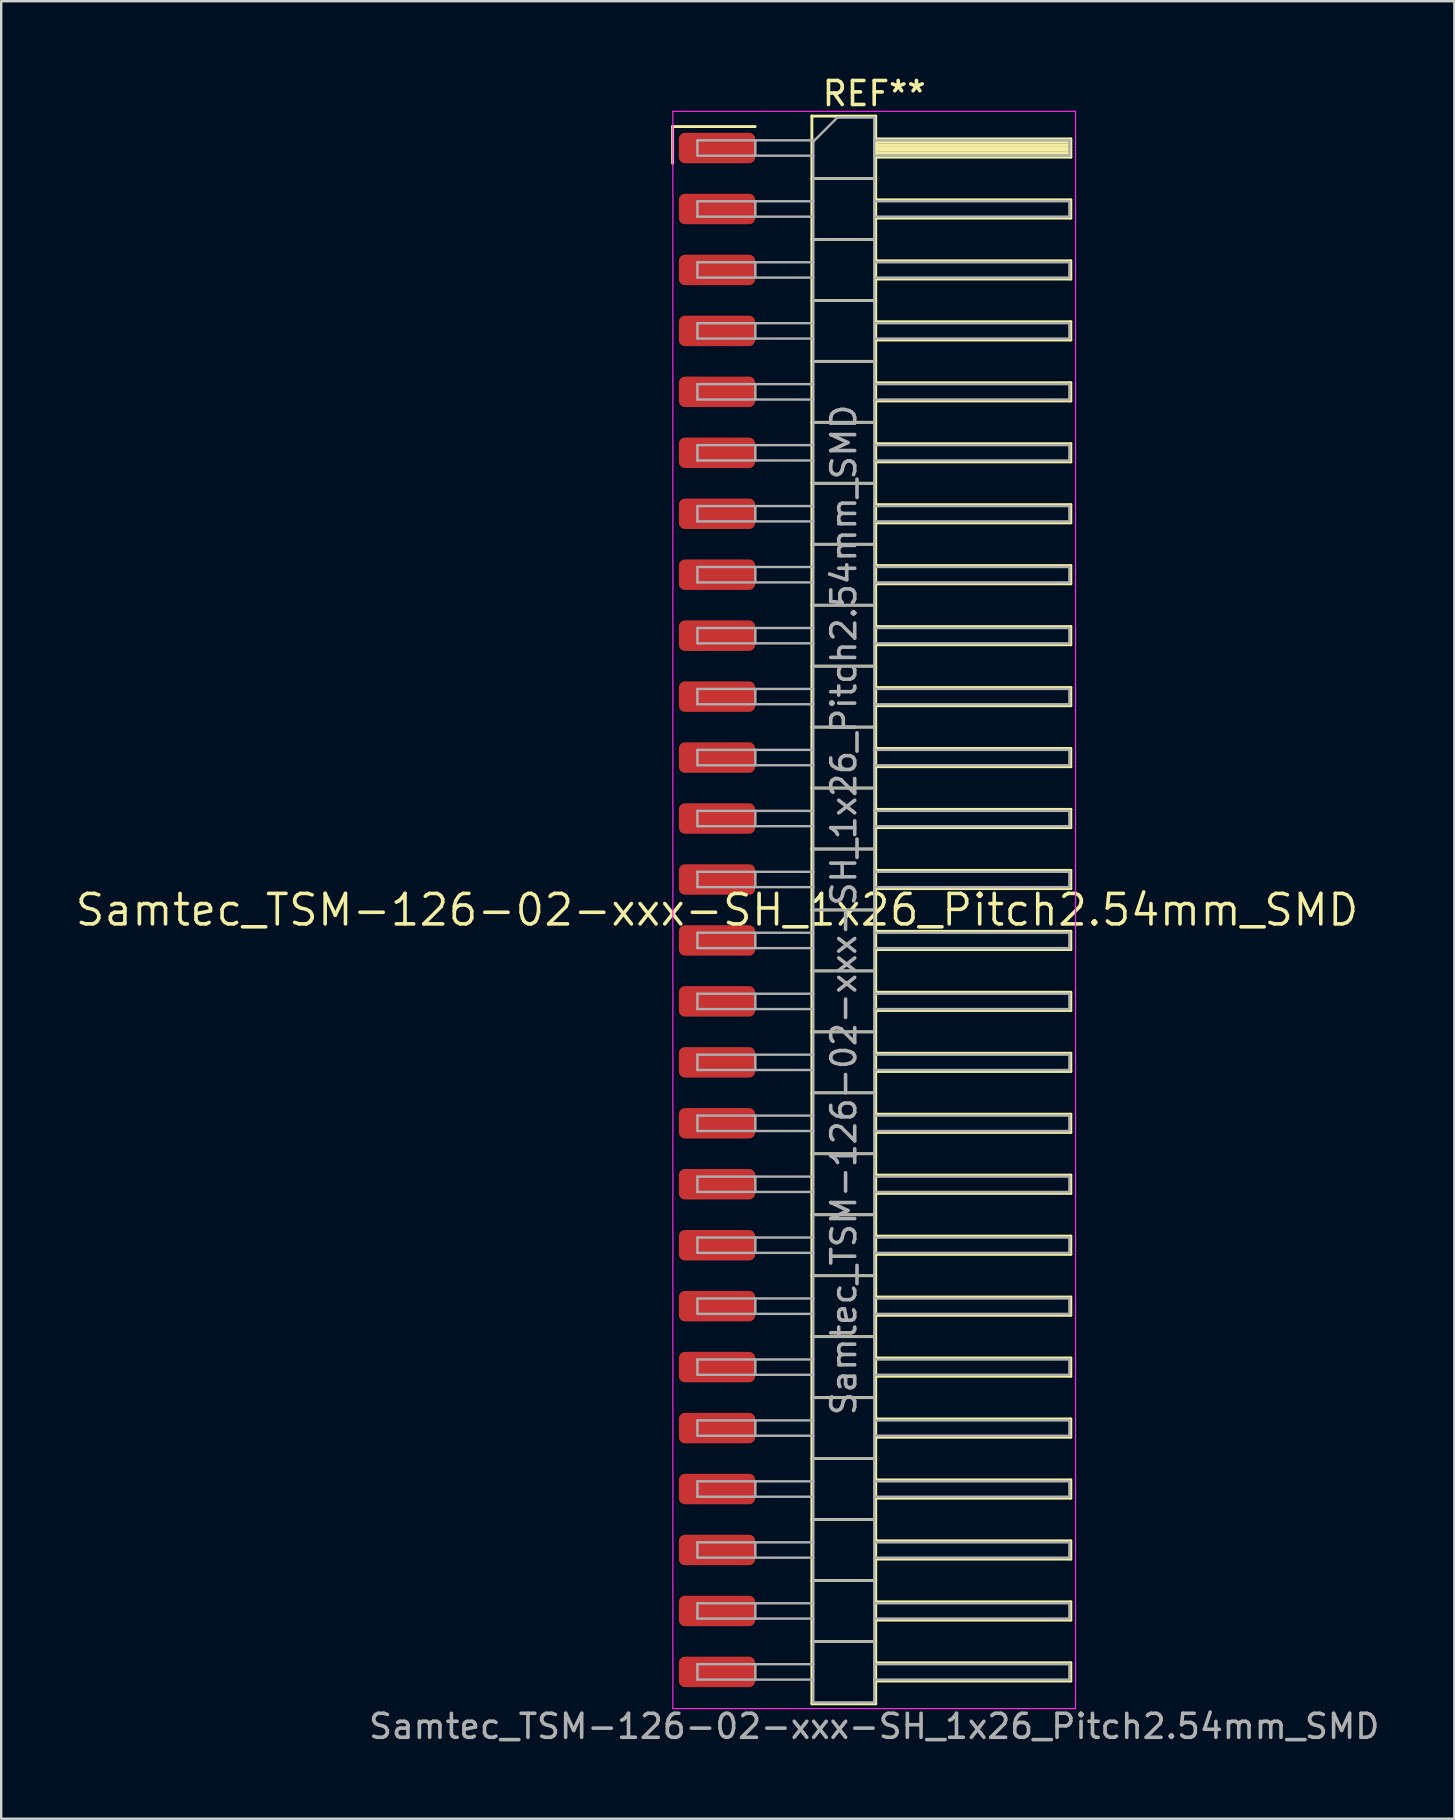
<source format=kicad_pcb>
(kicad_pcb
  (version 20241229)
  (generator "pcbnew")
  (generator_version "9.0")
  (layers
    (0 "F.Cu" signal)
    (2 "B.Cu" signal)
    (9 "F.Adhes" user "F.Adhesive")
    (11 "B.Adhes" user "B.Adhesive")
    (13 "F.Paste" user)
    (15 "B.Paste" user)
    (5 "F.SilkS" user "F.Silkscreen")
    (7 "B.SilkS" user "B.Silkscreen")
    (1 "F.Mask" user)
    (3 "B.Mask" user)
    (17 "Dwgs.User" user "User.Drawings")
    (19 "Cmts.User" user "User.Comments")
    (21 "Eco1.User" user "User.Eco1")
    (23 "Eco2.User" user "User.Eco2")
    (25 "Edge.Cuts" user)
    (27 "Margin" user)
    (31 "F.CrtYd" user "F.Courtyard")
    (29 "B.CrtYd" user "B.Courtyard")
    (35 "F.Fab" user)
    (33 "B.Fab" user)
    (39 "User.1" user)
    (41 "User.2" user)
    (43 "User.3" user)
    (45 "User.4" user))
  (footprint "Samtec_TSM-126-02-xxx-SH_1x26_Pitch2.54mm_SMD"
    (layer "F.Cu")
    (at 26.828 34.868)
    (property "Reference" "Samtec_TSM-126-02-xxx-SH_1x26_Pitch2.54mm_SMD" (at 0 0 0) (layer "F.SilkS") (effects (font (size 1.27 1.27) (thickness 0.15))))
    (attr smd)
    (fp_line (start -1.85 -32.645) (end 1.59 -32.645) (stroke (width 0.12) (type solid)) (layer "F.SilkS"))
    (fp_line (start -1.85 -31.115) (end -1.85 -32.645) (stroke (width 0.12) (type solid)) (layer "F.SilkS"))
    (fp_line (start 3.953 -33.08) (end 6.613 -33.08) (stroke (width 0.12) (type solid)) (layer "F.SilkS"))
    (fp_line (start 3.953 -30.48) (end 6.613 -30.48) (stroke (width 0.12) (type solid)) (layer "F.SilkS"))
    (fp_line (start 3.953 -27.94) (end 6.613 -27.94) (stroke (width 0.12) (type solid)) (layer "F.SilkS"))
    (fp_line (start 3.953 -25.4) (end 6.613 -25.4) (stroke (width 0.12) (type solid)) (layer "F.SilkS"))
    (fp_line (start 3.953 -22.86) (end 6.613 -22.86) (stroke (width 0.12) (type solid)) (layer "F.SilkS"))
    (fp_line (start 3.953 -20.32) (end 6.613 -20.32) (stroke (width 0.12) (type solid)) (layer "F.SilkS"))
    (fp_line (start 3.953 -17.78) (end 6.613 -17.78) (stroke (width 0.12) (type solid)) (layer "F.SilkS"))
    (fp_line (start 3.953 -15.24) (end 6.613 -15.24) (stroke (width 0.12) (type solid)) (layer "F.SilkS"))
    (fp_line (start 3.953 -12.7) (end 6.613 -12.7) (stroke (width 0.12) (type solid)) (layer "F.SilkS"))
    (fp_line (start 3.953 -10.16) (end 6.613 -10.16) (stroke (width 0.12) (type solid)) (layer "F.SilkS"))
    (fp_line (start 3.953 -7.62) (end 6.613 -7.62) (stroke (width 0.12) (type solid)) (layer "F.SilkS"))
    (fp_line (start 3.953 -5.08) (end 6.613 -5.08) (stroke (width 0.12) (type solid)) (layer "F.SilkS"))
    (fp_line (start 3.953 -2.54) (end 6.613 -2.54) (stroke (width 0.12) (type solid)) (layer "F.SilkS"))
    (fp_line (start 3.953 0) (end 6.613 0) (stroke (width 0.12) (type solid)) (layer "F.SilkS"))
    (fp_line (start 3.953 2.54) (end 6.613 2.54) (stroke (width 0.12) (type solid)) (layer "F.SilkS"))
    (fp_line (start 3.953 5.08) (end 6.613 5.08) (stroke (width 0.12) (type solid)) (layer "F.SilkS"))
    (fp_line (start 3.953 7.62) (end 6.613 7.62) (stroke (width 0.12) (type solid)) (layer "F.SilkS"))
    (fp_line (start 3.953 10.16) (end 6.613 10.16) (stroke (width 0.12) (type solid)) (layer "F.SilkS"))
    (fp_line (start 3.953 12.7) (end 6.613 12.7) (stroke (width 0.12) (type solid)) (layer "F.SilkS"))
    (fp_line (start 3.953 15.24) (end 6.613 15.24) (stroke (width 0.12) (type solid)) (layer "F.SilkS"))
    (fp_line (start 3.953 17.78) (end 6.613 17.78) (stroke (width 0.12) (type solid)) (layer "F.SilkS"))
    (fp_line (start 3.953 20.32) (end 6.613 20.32) (stroke (width 0.12) (type solid)) (layer "F.SilkS"))
    (fp_line (start 3.953 22.86) (end 6.613 22.86) (stroke (width 0.12) (type solid)) (layer "F.SilkS"))
    (fp_line (start 3.953 25.4) (end 6.613 25.4) (stroke (width 0.12) (type solid)) (layer "F.SilkS"))
    (fp_line (start 3.953 27.94) (end 6.613 27.94) (stroke (width 0.12) (type solid)) (layer "F.SilkS"))
    (fp_line (start 3.953 30.48) (end 6.613 30.48) (stroke (width 0.12) (type solid)) (layer "F.SilkS"))
    (fp_line (start 3.953 33.08) (end 3.953 -33.08) (stroke (width 0.12) (type solid)) (layer "F.SilkS"))
    (fp_line (start 6.613 -33.08) (end 6.613 33.08) (stroke (width 0.12) (type solid)) (layer "F.SilkS"))
    (fp_line (start 6.613 -32.13) (end 14.743 -32.13) (stroke (width 0.12) (type solid)) (layer "F.SilkS"))
    (fp_line (start 6.613 -32.01) (end 14.743 -32.01) (stroke (width 0.12) (type solid)) (layer "F.SilkS"))
    (fp_line (start 6.613 -31.89) (end 14.743 -31.89) (stroke (width 0.12) (type solid)) (layer "F.SilkS"))
    (fp_line (start 6.613 -31.77) (end 14.743 -31.77) (stroke (width 0.12) (type solid)) (layer "F.SilkS"))
    (fp_line (start 6.613 -31.65) (end 14.743 -31.65) (stroke (width 0.12) (type solid)) (layer "F.SilkS"))
    (fp_line (start 6.613 -31.53) (end 14.743 -31.53) (stroke (width 0.12) (type solid)) (layer "F.SilkS"))
    (fp_line (start 6.613 -31.41) (end 14.743 -31.41) (stroke (width 0.12) (type solid)) (layer "F.SilkS"))
    (fp_line (start 6.613 -31.37) (end 14.743 -31.37) (stroke (width 0.12) (type solid)) (layer "F.SilkS"))
    (fp_line (start 6.613 -29.59) (end 14.743 -29.59) (stroke (width 0.12) (type solid)) (layer "F.SilkS"))
    (fp_line (start 6.613 -28.83) (end 14.743 -28.83) (stroke (width 0.12) (type solid)) (layer "F.SilkS"))
    (fp_line (start 6.613 -27.05) (end 14.743 -27.05) (stroke (width 0.12) (type solid)) (layer "F.SilkS"))
    (fp_line (start 6.613 -26.29) (end 14.743 -26.29) (stroke (width 0.12) (type solid)) (layer "F.SilkS"))
    (fp_line (start 6.613 -24.51) (end 14.743 -24.51) (stroke (width 0.12) (type solid)) (layer "F.SilkS"))
    (fp_line (start 6.613 -23.75) (end 14.743 -23.75) (stroke (width 0.12) (type solid)) (layer "F.SilkS"))
    (fp_line (start 6.613 -21.97) (end 14.743 -21.97) (stroke (width 0.12) (type solid)) (layer "F.SilkS"))
    (fp_line (start 6.613 -21.21) (end 14.743 -21.21) (stroke (width 0.12) (type solid)) (layer "F.SilkS"))
    (fp_line (start 6.613 -19.43) (end 14.743 -19.43) (stroke (width 0.12) (type solid)) (layer "F.SilkS"))
    (fp_line (start 6.613 -18.67) (end 14.743 -18.67) (stroke (width 0.12) (type solid)) (layer "F.SilkS"))
    (fp_line (start 6.613 -16.89) (end 14.743 -16.89) (stroke (width 0.12) (type solid)) (layer "F.SilkS"))
    (fp_line (start 6.613 -16.13) (end 14.743 -16.13) (stroke (width 0.12) (type solid)) (layer "F.SilkS"))
    (fp_line (start 6.613 -14.35) (end 14.743 -14.35) (stroke (width 0.12) (type solid)) (layer "F.SilkS"))
    (fp_line (start 6.613 -13.59) (end 14.743 -13.59) (stroke (width 0.12) (type solid)) (layer "F.SilkS"))
    (fp_line (start 6.613 -11.81) (end 14.743 -11.81) (stroke (width 0.12) (type solid)) (layer "F.SilkS"))
    (fp_line (start 6.613 -11.05) (end 14.743 -11.05) (stroke (width 0.12) (type solid)) (layer "F.SilkS"))
    (fp_line (start 6.613 -9.27) (end 14.743 -9.27) (stroke (width 0.12) (type solid)) (layer "F.SilkS"))
    (fp_line (start 6.613 -8.51) (end 14.743 -8.51) (stroke (width 0.12) (type solid)) (layer "F.SilkS"))
    (fp_line (start 6.613 -6.73) (end 14.743 -6.73) (stroke (width 0.12) (type solid)) (layer "F.SilkS"))
    (fp_line (start 6.613 -5.97) (end 14.743 -5.97) (stroke (width 0.12) (type solid)) (layer "F.SilkS"))
    (fp_line (start 6.613 -4.19) (end 14.743 -4.19) (stroke (width 0.12) (type solid)) (layer "F.SilkS"))
    (fp_line (start 6.613 -3.43) (end 14.743 -3.43) (stroke (width 0.12) (type solid)) (layer "F.SilkS"))
    (fp_line (start 6.613 -1.65) (end 14.743 -1.65) (stroke (width 0.12) (type solid)) (layer "F.SilkS"))
    (fp_line (start 6.613 -0.89) (end 14.743 -0.89) (stroke (width 0.12) (type solid)) (layer "F.SilkS"))
    (fp_line (start 6.613 0.89) (end 14.743 0.89) (stroke (width 0.12) (type solid)) (layer "F.SilkS"))
    (fp_line (start 6.613 1.65) (end 14.743 1.65) (stroke (width 0.12) (type solid)) (layer "F.SilkS"))
    (fp_line (start 6.613 3.43) (end 14.743 3.43) (stroke (width 0.12) (type solid)) (layer "F.SilkS"))
    (fp_line (start 6.613 4.19) (end 14.743 4.19) (stroke (width 0.12) (type solid)) (layer "F.SilkS"))
    (fp_line (start 6.613 5.97) (end 14.743 5.97) (stroke (width 0.12) (type solid)) (layer "F.SilkS"))
    (fp_line (start 6.613 6.73) (end 14.743 6.73) (stroke (width 0.12) (type solid)) (layer "F.SilkS"))
    (fp_line (start 6.613 8.51) (end 14.743 8.51) (stroke (width 0.12) (type solid)) (layer "F.SilkS"))
    (fp_line (start 6.613 9.27) (end 14.743 9.27) (stroke (width 0.12) (type solid)) (layer "F.SilkS"))
    (fp_line (start 6.613 11.05) (end 14.743 11.05) (stroke (width 0.12) (type solid)) (layer "F.SilkS"))
    (fp_line (start 6.613 11.81) (end 14.743 11.81) (stroke (width 0.12) (type solid)) (layer "F.SilkS"))
    (fp_line (start 6.613 13.59) (end 14.743 13.59) (stroke (width 0.12) (type solid)) (layer "F.SilkS"))
    (fp_line (start 6.613 14.35) (end 14.743 14.35) (stroke (width 0.12) (type solid)) (layer "F.SilkS"))
    (fp_line (start 6.613 16.13) (end 14.743 16.13) (stroke (width 0.12) (type solid)) (layer "F.SilkS"))
    (fp_line (start 6.613 16.89) (end 14.743 16.89) (stroke (width 0.12) (type solid)) (layer "F.SilkS"))
    (fp_line (start 6.613 18.67) (end 14.743 18.67) (stroke (width 0.12) (type solid)) (layer "F.SilkS"))
    (fp_line (start 6.613 19.43) (end 14.743 19.43) (stroke (width 0.12) (type solid)) (layer "F.SilkS"))
    (fp_line (start 6.613 21.21) (end 14.743 21.21) (stroke (width 0.12) (type solid)) (layer "F.SilkS"))
    (fp_line (start 6.613 21.97) (end 14.743 21.97) (stroke (width 0.12) (type solid)) (layer "F.SilkS"))
    (fp_line (start 6.613 23.75) (end 14.743 23.75) (stroke (width 0.12) (type solid)) (layer "F.SilkS"))
    (fp_line (start 6.613 24.51) (end 14.743 24.51) (stroke (width 0.12) (type solid)) (layer "F.SilkS"))
    (fp_line (start 6.613 26.29) (end 14.743 26.29) (stroke (width 0.12) (type solid)) (layer "F.SilkS"))
    (fp_line (start 6.613 27.05) (end 14.743 27.05) (stroke (width 0.12) (type solid)) (layer "F.SilkS"))
    (fp_line (start 6.613 28.83) (end 14.743 28.83) (stroke (width 0.12) (type solid)) (layer "F.SilkS"))
    (fp_line (start 6.613 29.59) (end 14.743 29.59) (stroke (width 0.12) (type solid)) (layer "F.SilkS"))
    (fp_line (start 6.613 31.37) (end 14.743 31.37) (stroke (width 0.12) (type solid)) (layer "F.SilkS"))
    (fp_line (start 6.613 32.13) (end 14.743 32.13) (stroke (width 0.12) (type solid)) (layer "F.SilkS"))
    (fp_line (start 6.613 33.08) (end 3.953 33.08) (stroke (width 0.12) (type solid)) (layer "F.SilkS"))
    (fp_line (start 14.743 -32.13) (end 14.743 -31.37) (stroke (width 0.12) (type solid)) (layer "F.SilkS"))
    (fp_line (start 14.743 -29.59) (end 14.743 -28.83) (stroke (width 0.12) (type solid)) (layer "F.SilkS"))
    (fp_line (start 14.743 -27.05) (end 14.743 -26.29) (stroke (width 0.12) (type solid)) (layer "F.SilkS"))
    (fp_line (start 14.743 -24.51) (end 14.743 -23.75) (stroke (width 0.12) (type solid)) (layer "F.SilkS"))
    (fp_line (start 14.743 -21.97) (end 14.743 -21.21) (stroke (width 0.12) (type solid)) (layer "F.SilkS"))
    (fp_line (start 14.743 -19.43) (end 14.743 -18.67) (stroke (width 0.12) (type solid)) (layer "F.SilkS"))
    (fp_line (start 14.743 -16.89) (end 14.743 -16.13) (stroke (width 0.12) (type solid)) (layer "F.SilkS"))
    (fp_line (start 14.743 -14.35) (end 14.743 -13.59) (stroke (width 0.12) (type solid)) (layer "F.SilkS"))
    (fp_line (start 14.743 -11.81) (end 14.743 -11.05) (stroke (width 0.12) (type solid)) (layer "F.SilkS"))
    (fp_line (start 14.743 -9.27) (end 14.743 -8.51) (stroke (width 0.12) (type solid)) (layer "F.SilkS"))
    (fp_line (start 14.743 -6.73) (end 14.743 -5.97) (stroke (width 0.12) (type solid)) (layer "F.SilkS"))
    (fp_line (start 14.743 -4.19) (end 14.743 -3.43) (stroke (width 0.12) (type solid)) (layer "F.SilkS"))
    (fp_line (start 14.743 -1.65) (end 14.743 -0.89) (stroke (width 0.12) (type solid)) (layer "F.SilkS"))
    (fp_line (start 14.743 0.89) (end 14.743 1.65) (stroke (width 0.12) (type solid)) (layer "F.SilkS"))
    (fp_line (start 14.743 3.43) (end 14.743 4.19) (stroke (width 0.12) (type solid)) (layer "F.SilkS"))
    (fp_line (start 14.743 5.97) (end 14.743 6.73) (stroke (width 0.12) (type solid)) (layer "F.SilkS"))
    (fp_line (start 14.743 8.51) (end 14.743 9.27) (stroke (width 0.12) (type solid)) (layer "F.SilkS"))
    (fp_line (start 14.743 11.05) (end 14.743 11.81) (stroke (width 0.12) (type solid)) (layer "F.SilkS"))
    (fp_line (start 14.743 13.59) (end 14.743 14.35) (stroke (width 0.12) (type solid)) (layer "F.SilkS"))
    (fp_line (start 14.743 16.13) (end 14.743 16.89) (stroke (width 0.12) (type solid)) (layer "F.SilkS"))
    (fp_line (start 14.743 18.67) (end 14.743 19.43) (stroke (width 0.12) (type solid)) (layer "F.SilkS"))
    (fp_line (start 14.743 21.21) (end 14.743 21.97) (stroke (width 0.12) (type solid)) (layer "F.SilkS"))
    (fp_line (start 14.743 23.75) (end 14.743 24.51) (stroke (width 0.12) (type solid)) (layer "F.SilkS"))
    (fp_line (start 14.743 26.29) (end 14.743 27.05) (stroke (width 0.12) (type solid)) (layer "F.SilkS"))
    (fp_line (start 14.743 28.83) (end 14.743 29.59) (stroke (width 0.12) (type solid)) (layer "F.SilkS"))
    (fp_line (start 14.743 31.37) (end 14.743 32.13) (stroke (width 0.12) (type solid)) (layer "F.SilkS"))
    (fp_line (start -1.84 -33.28) (end 14.94 -33.28) (stroke (width 0.05) (type solid)) (layer "F.CrtYd"))
    (fp_line (start -1.84 33.28) (end -1.84 -33.28) (stroke (width 0.05) (type solid)) (layer "F.CrtYd"))
    (fp_line (start 14.94 -33.28) (end 14.94 33.28) (stroke (width 0.05) (type solid)) (layer "F.CrtYd"))
    (fp_line (start 14.94 33.28) (end -1.84 33.28) (stroke (width 0.05) (type solid)) (layer "F.CrtYd"))
    (fp_line (start -0.817 -32.07) (end -0.817 -31.43) (stroke (width 0.1) (type solid)) (layer "F.Fab"))
    (fp_line (start -0.817 -32.07) (end 4.013 -32.07) (stroke (width 0.1) (type solid)) (layer "F.Fab"))
    (fp_line (start -0.817 -31.43) (end 4.013 -31.43) (stroke (width 0.1) (type solid)) (layer "F.Fab"))
    (fp_line (start -0.817 -29.53) (end -0.817 -28.89) (stroke (width 0.1) (type solid)) (layer "F.Fab"))
    (fp_line (start -0.817 -29.53) (end 4.013 -29.53) (stroke (width 0.1) (type solid)) (layer "F.Fab"))
    (fp_line (start -0.817 -28.89) (end 4.013 -28.89) (stroke (width 0.1) (type solid)) (layer "F.Fab"))
    (fp_line (start -0.817 -26.99) (end -0.817 -26.35) (stroke (width 0.1) (type solid)) (layer "F.Fab"))
    (fp_line (start -0.817 -26.99) (end 4.013 -26.99) (stroke (width 0.1) (type solid)) (layer "F.Fab"))
    (fp_line (start -0.817 -26.35) (end 4.013 -26.35) (stroke (width 0.1) (type solid)) (layer "F.Fab"))
    (fp_line (start -0.817 -24.45) (end -0.817 -23.81) (stroke (width 0.1) (type solid)) (layer "F.Fab"))
    (fp_line (start -0.817 -24.45) (end 4.013 -24.45) (stroke (width 0.1) (type solid)) (layer "F.Fab"))
    (fp_line (start -0.817 -23.81) (end 4.013 -23.81) (stroke (width 0.1) (type solid)) (layer "F.Fab"))
    (fp_line (start -0.817 -21.91) (end -0.817 -21.27) (stroke (width 0.1) (type solid)) (layer "F.Fab"))
    (fp_line (start -0.817 -21.91) (end 4.013 -21.91) (stroke (width 0.1) (type solid)) (layer "F.Fab"))
    (fp_line (start -0.817 -21.27) (end 4.013 -21.27) (stroke (width 0.1) (type solid)) (layer "F.Fab"))
    (fp_line (start -0.817 -19.37) (end -0.817 -18.73) (stroke (width 0.1) (type solid)) (layer "F.Fab"))
    (fp_line (start -0.817 -19.37) (end 4.013 -19.37) (stroke (width 0.1) (type solid)) (layer "F.Fab"))
    (fp_line (start -0.817 -18.73) (end 4.013 -18.73) (stroke (width 0.1) (type solid)) (layer "F.Fab"))
    (fp_line (start -0.817 -16.83) (end -0.817 -16.19) (stroke (width 0.1) (type solid)) (layer "F.Fab"))
    (fp_line (start -0.817 -16.83) (end 4.013 -16.83) (stroke (width 0.1) (type solid)) (layer "F.Fab"))
    (fp_line (start -0.817 -16.19) (end 4.013 -16.19) (stroke (width 0.1) (type solid)) (layer "F.Fab"))
    (fp_line (start -0.817 -14.29) (end -0.817 -13.65) (stroke (width 0.1) (type solid)) (layer "F.Fab"))
    (fp_line (start -0.817 -14.29) (end 4.013 -14.29) (stroke (width 0.1) (type solid)) (layer "F.Fab"))
    (fp_line (start -0.817 -13.65) (end 4.013 -13.65) (stroke (width 0.1) (type solid)) (layer "F.Fab"))
    (fp_line (start -0.817 -11.75) (end -0.817 -11.11) (stroke (width 0.1) (type solid)) (layer "F.Fab"))
    (fp_line (start -0.817 -11.75) (end 4.013 -11.75) (stroke (width 0.1) (type solid)) (layer "F.Fab"))
    (fp_line (start -0.817 -11.11) (end 4.013 -11.11) (stroke (width 0.1) (type solid)) (layer "F.Fab"))
    (fp_line (start -0.817 -9.21) (end -0.817 -8.57) (stroke (width 0.1) (type solid)) (layer "F.Fab"))
    (fp_line (start -0.817 -9.21) (end 4.013 -9.21) (stroke (width 0.1) (type solid)) (layer "F.Fab"))
    (fp_line (start -0.817 -8.57) (end 4.013 -8.57) (stroke (width 0.1) (type solid)) (layer "F.Fab"))
    (fp_line (start -0.817 -6.67) (end -0.817 -6.03) (stroke (width 0.1) (type solid)) (layer "F.Fab"))
    (fp_line (start -0.817 -6.67) (end 4.013 -6.67) (stroke (width 0.1) (type solid)) (layer "F.Fab"))
    (fp_line (start -0.817 -6.03) (end 4.013 -6.03) (stroke (width 0.1) (type solid)) (layer "F.Fab"))
    (fp_line (start -0.817 -4.13) (end -0.817 -3.49) (stroke (width 0.1) (type solid)) (layer "F.Fab"))
    (fp_line (start -0.817 -4.13) (end 4.013 -4.13) (stroke (width 0.1) (type solid)) (layer "F.Fab"))
    (fp_line (start -0.817 -3.49) (end 4.013 -3.49) (stroke (width 0.1) (type solid)) (layer "F.Fab"))
    (fp_line (start -0.817 -1.59) (end -0.817 -0.95) (stroke (width 0.1) (type solid)) (layer "F.Fab"))
    (fp_line (start -0.817 -1.59) (end 4.013 -1.59) (stroke (width 0.1) (type solid)) (layer "F.Fab"))
    (fp_line (start -0.817 -0.95) (end 4.013 -0.95) (stroke (width 0.1) (type solid)) (layer "F.Fab"))
    (fp_line (start -0.817 0.95) (end -0.817 1.59) (stroke (width 0.1) (type solid)) (layer "F.Fab"))
    (fp_line (start -0.817 0.95) (end 4.013 0.95) (stroke (width 0.1) (type solid)) (layer "F.Fab"))
    (fp_line (start -0.817 1.59) (end 4.013 1.59) (stroke (width 0.1) (type solid)) (layer "F.Fab"))
    (fp_line (start -0.817 3.49) (end -0.817 4.13) (stroke (width 0.1) (type solid)) (layer "F.Fab"))
    (fp_line (start -0.817 3.49) (end 4.013 3.49) (stroke (width 0.1) (type solid)) (layer "F.Fab"))
    (fp_line (start -0.817 4.13) (end 4.013 4.13) (stroke (width 0.1) (type solid)) (layer "F.Fab"))
    (fp_line (start -0.817 6.03) (end -0.817 6.67) (stroke (width 0.1) (type solid)) (layer "F.Fab"))
    (fp_line (start -0.817 6.03) (end 4.013 6.03) (stroke (width 0.1) (type solid)) (layer "F.Fab"))
    (fp_line (start -0.817 6.67) (end 4.013 6.67) (stroke (width 0.1) (type solid)) (layer "F.Fab"))
    (fp_line (start -0.817 8.57) (end -0.817 9.21) (stroke (width 0.1) (type solid)) (layer "F.Fab"))
    (fp_line (start -0.817 8.57) (end 4.013 8.57) (stroke (width 0.1) (type solid)) (layer "F.Fab"))
    (fp_line (start -0.817 9.21) (end 4.013 9.21) (stroke (width 0.1) (type solid)) (layer "F.Fab"))
    (fp_line (start -0.817 11.11) (end -0.817 11.75) (stroke (width 0.1) (type solid)) (layer "F.Fab"))
    (fp_line (start -0.817 11.11) (end 4.013 11.11) (stroke (width 0.1) (type solid)) (layer "F.Fab"))
    (fp_line (start -0.817 11.75) (end 4.013 11.75) (stroke (width 0.1) (type solid)) (layer "F.Fab"))
    (fp_line (start -0.817 13.65) (end -0.817 14.29) (stroke (width 0.1) (type solid)) (layer "F.Fab"))
    (fp_line (start -0.817 13.65) (end 4.013 13.65) (stroke (width 0.1) (type solid)) (layer "F.Fab"))
    (fp_line (start -0.817 14.29) (end 4.013 14.29) (stroke (width 0.1) (type solid)) (layer "F.Fab"))
    (fp_line (start -0.817 16.19) (end -0.817 16.83) (stroke (width 0.1) (type solid)) (layer "F.Fab"))
    (fp_line (start -0.817 16.19) (end 4.013 16.19) (stroke (width 0.1) (type solid)) (layer "F.Fab"))
    (fp_line (start -0.817 16.83) (end 4.013 16.83) (stroke (width 0.1) (type solid)) (layer "F.Fab"))
    (fp_line (start -0.817 18.73) (end -0.817 19.37) (stroke (width 0.1) (type solid)) (layer "F.Fab"))
    (fp_line (start -0.817 18.73) (end 4.013 18.73) (stroke (width 0.1) (type solid)) (layer "F.Fab"))
    (fp_line (start -0.817 19.37) (end 4.013 19.37) (stroke (width 0.1) (type solid)) (layer "F.Fab"))
    (fp_line (start -0.817 21.27) (end -0.817 21.91) (stroke (width 0.1) (type solid)) (layer "F.Fab"))
    (fp_line (start -0.817 21.27) (end 4.013 21.27) (stroke (width 0.1) (type solid)) (layer "F.Fab"))
    (fp_line (start -0.817 21.91) (end 4.013 21.91) (stroke (width 0.1) (type solid)) (layer "F.Fab"))
    (fp_line (start -0.817 23.81) (end -0.817 24.45) (stroke (width 0.1) (type solid)) (layer "F.Fab"))
    (fp_line (start -0.817 23.81) (end 4.013 23.81) (stroke (width 0.1) (type solid)) (layer "F.Fab"))
    (fp_line (start -0.817 24.45) (end 4.013 24.45) (stroke (width 0.1) (type solid)) (layer "F.Fab"))
    (fp_line (start -0.817 26.35) (end -0.817 26.99) (stroke (width 0.1) (type solid)) (layer "F.Fab"))
    (fp_line (start -0.817 26.35) (end 4.013 26.35) (stroke (width 0.1) (type solid)) (layer "F.Fab"))
    (fp_line (start -0.817 26.99) (end 4.013 26.99) (stroke (width 0.1) (type solid)) (layer "F.Fab"))
    (fp_line (start -0.817 28.89) (end -0.817 29.53) (stroke (width 0.1) (type solid)) (layer "F.Fab"))
    (fp_line (start -0.817 28.89) (end 4.013 28.89) (stroke (width 0.1) (type solid)) (layer "F.Fab"))
    (fp_line (start -0.817 29.53) (end 4.013 29.53) (stroke (width 0.1) (type solid)) (layer "F.Fab"))
    (fp_line (start -0.817 31.43) (end -0.817 32.07) (stroke (width 0.1) (type solid)) (layer "F.Fab"))
    (fp_line (start -0.817 31.43) (end 4.013 31.43) (stroke (width 0.1) (type solid)) (layer "F.Fab"))
    (fp_line (start -0.817 32.07) (end 4.013 32.07) (stroke (width 0.1) (type solid)) (layer "F.Fab"))
    (fp_line (start 1.598 -32.07) (end 1.598 -31.43) (stroke (width 0.1) (type solid)) (layer "F.Fab"))
    (fp_line (start 1.598 -29.53) (end 1.598 -28.89) (stroke (width 0.1) (type solid)) (layer "F.Fab"))
    (fp_line (start 1.598 -26.99) (end 1.598 -26.35) (stroke (width 0.1) (type solid)) (layer "F.Fab"))
    (fp_line (start 1.598 -24.45) (end 1.598 -23.81) (stroke (width 0.1) (type solid)) (layer "F.Fab"))
    (fp_line (start 1.598 -21.91) (end 1.598 -21.27) (stroke (width 0.1) (type solid)) (layer "F.Fab"))
    (fp_line (start 1.598 -19.37) (end 1.598 -18.73) (stroke (width 0.1) (type solid)) (layer "F.Fab"))
    (fp_line (start 1.598 -16.83) (end 1.598 -16.19) (stroke (width 0.1) (type solid)) (layer "F.Fab"))
    (fp_line (start 1.598 -14.29) (end 1.598 -13.65) (stroke (width 0.1) (type solid)) (layer "F.Fab"))
    (fp_line (start 1.598 -11.75) (end 1.598 -11.11) (stroke (width 0.1) (type solid)) (layer "F.Fab"))
    (fp_line (start 1.598 -9.21) (end 1.598 -8.57) (stroke (width 0.1) (type solid)) (layer "F.Fab"))
    (fp_line (start 1.598 -6.67) (end 1.598 -6.03) (stroke (width 0.1) (type solid)) (layer "F.Fab"))
    (fp_line (start 1.598 -4.13) (end 1.598 -3.49) (stroke (width 0.1) (type solid)) (layer "F.Fab"))
    (fp_line (start 1.598 -1.59) (end 1.598 -0.95) (stroke (width 0.1) (type solid)) (layer "F.Fab"))
    (fp_line (start 1.598 0.95) (end 1.598 1.59) (stroke (width 0.1) (type solid)) (layer "F.Fab"))
    (fp_line (start 1.598 3.49) (end 1.598 4.13) (stroke (width 0.1) (type solid)) (layer "F.Fab"))
    (fp_line (start 1.598 6.03) (end 1.598 6.67) (stroke (width 0.1) (type solid)) (layer "F.Fab"))
    (fp_line (start 1.598 8.57) (end 1.598 9.21) (stroke (width 0.1) (type solid)) (layer "F.Fab"))
    (fp_line (start 1.598 11.11) (end 1.598 11.75) (stroke (width 0.1) (type solid)) (layer "F.Fab"))
    (fp_line (start 1.598 13.65) (end 1.598 14.29) (stroke (width 0.1) (type solid)) (layer "F.Fab"))
    (fp_line (start 1.598 16.19) (end 1.598 16.83) (stroke (width 0.1) (type solid)) (layer "F.Fab"))
    (fp_line (start 1.598 18.73) (end 1.598 19.37) (stroke (width 0.1) (type solid)) (layer "F.Fab"))
    (fp_line (start 1.598 21.27) (end 1.598 21.91) (stroke (width 0.1) (type solid)) (layer "F.Fab"))
    (fp_line (start 1.598 23.81) (end 1.598 24.45) (stroke (width 0.1) (type solid)) (layer "F.Fab"))
    (fp_line (start 1.598 26.35) (end 1.598 26.99) (stroke (width 0.1) (type solid)) (layer "F.Fab"))
    (fp_line (start 1.598 28.89) (end 1.598 29.53) (stroke (width 0.1) (type solid)) (layer "F.Fab"))
    (fp_line (start 1.598 31.43) (end 1.598 32.07) (stroke (width 0.1) (type solid)) (layer "F.Fab"))
    (fp_line (start 4.013 -32.02) (end 5.013 -33.02) (stroke (width 0.1) (type solid)) (layer "F.Fab"))
    (fp_line (start 4.013 -30.48) (end 6.553 -30.48) (stroke (width 0.1) (type solid)) (layer "F.Fab"))
    (fp_line (start 4.013 -27.94) (end 6.553 -27.94) (stroke (width 0.1) (type solid)) (layer "F.Fab"))
    (fp_line (start 4.013 -25.4) (end 6.553 -25.4) (stroke (width 0.1) (type solid)) (layer "F.Fab"))
    (fp_line (start 4.013 -22.86) (end 6.553 -22.86) (stroke (width 0.1) (type solid)) (layer "F.Fab"))
    (fp_line (start 4.013 -20.32) (end 6.553 -20.32) (stroke (width 0.1) (type solid)) (layer "F.Fab"))
    (fp_line (start 4.013 -17.78) (end 6.553 -17.78) (stroke (width 0.1) (type solid)) (layer "F.Fab"))
    (fp_line (start 4.013 -15.24) (end 6.553 -15.24) (stroke (width 0.1) (type solid)) (layer "F.Fab"))
    (fp_line (start 4.013 -12.7) (end 6.553 -12.7) (stroke (width 0.1) (type solid)) (layer "F.Fab"))
    (fp_line (start 4.013 -10.16) (end 6.553 -10.16) (stroke (width 0.1) (type solid)) (layer "F.Fab"))
    (fp_line (start 4.013 -7.62) (end 6.553 -7.62) (stroke (width 0.1) (type solid)) (layer "F.Fab"))
    (fp_line (start 4.013 -5.08) (end 6.553 -5.08) (stroke (width 0.1) (type solid)) (layer "F.Fab"))
    (fp_line (start 4.013 -2.54) (end 6.553 -2.54) (stroke (width 0.1) (type solid)) (layer "F.Fab"))
    (fp_line (start 4.013 0) (end 6.553 0) (stroke (width 0.1) (type solid)) (layer "F.Fab"))
    (fp_line (start 4.013 2.54) (end 6.553 2.54) (stroke (width 0.1) (type solid)) (layer "F.Fab"))
    (fp_line (start 4.013 5.08) (end 6.553 5.08) (stroke (width 0.1) (type solid)) (layer "F.Fab"))
    (fp_line (start 4.013 7.62) (end 6.553 7.62) (stroke (width 0.1) (type solid)) (layer "F.Fab"))
    (fp_line (start 4.013 10.16) (end 6.553 10.16) (stroke (width 0.1) (type solid)) (layer "F.Fab"))
    (fp_line (start 4.013 12.7) (end 6.553 12.7) (stroke (width 0.1) (type solid)) (layer "F.Fab"))
    (fp_line (start 4.013 15.24) (end 6.553 15.24) (stroke (width 0.1) (type solid)) (layer "F.Fab"))
    (fp_line (start 4.013 17.78) (end 6.553 17.78) (stroke (width 0.1) (type solid)) (layer "F.Fab"))
    (fp_line (start 4.013 20.32) (end 6.553 20.32) (stroke (width 0.1) (type solid)) (layer "F.Fab"))
    (fp_line (start 4.013 22.86) (end 6.553 22.86) (stroke (width 0.1) (type solid)) (layer "F.Fab"))
    (fp_line (start 4.013 25.4) (end 6.553 25.4) (stroke (width 0.1) (type solid)) (layer "F.Fab"))
    (fp_line (start 4.013 27.94) (end 6.553 27.94) (stroke (width 0.1) (type solid)) (layer "F.Fab"))
    (fp_line (start 4.013 30.48) (end 6.553 30.48) (stroke (width 0.1) (type solid)) (layer "F.Fab"))
    (fp_line (start 4.013 33.02) (end 4.013 -32.02) (stroke (width 0.1) (type solid)) (layer "F.Fab"))
    (fp_line (start 5.013 -33.02) (end 6.553 -33.02) (stroke (width 0.1) (type solid)) (layer "F.Fab"))
    (fp_line (start 6.553 -33.02) (end 6.553 33.02) (stroke (width 0.1) (type solid)) (layer "F.Fab"))
    (fp_line (start 6.553 -32.07) (end 14.683 -32.07) (stroke (width 0.1) (type solid)) (layer "F.Fab"))
    (fp_line (start 6.553 -31.43) (end 14.683 -31.43) (stroke (width 0.1) (type solid)) (layer "F.Fab"))
    (fp_line (start 6.553 -29.53) (end 14.683 -29.53) (stroke (width 0.1) (type solid)) (layer "F.Fab"))
    (fp_line (start 6.553 -28.89) (end 14.683 -28.89) (stroke (width 0.1) (type solid)) (layer "F.Fab"))
    (fp_line (start 6.553 -26.99) (end 14.683 -26.99) (stroke (width 0.1) (type solid)) (layer "F.Fab"))
    (fp_line (start 6.553 -26.35) (end 14.683 -26.35) (stroke (width 0.1) (type solid)) (layer "F.Fab"))
    (fp_line (start 6.553 -24.45) (end 14.683 -24.45) (stroke (width 0.1) (type solid)) (layer "F.Fab"))
    (fp_line (start 6.553 -23.81) (end 14.683 -23.81) (stroke (width 0.1) (type solid)) (layer "F.Fab"))
    (fp_line (start 6.553 -21.91) (end 14.683 -21.91) (stroke (width 0.1) (type solid)) (layer "F.Fab"))
    (fp_line (start 6.553 -21.27) (end 14.683 -21.27) (stroke (width 0.1) (type solid)) (layer "F.Fab"))
    (fp_line (start 6.553 -19.37) (end 14.683 -19.37) (stroke (width 0.1) (type solid)) (layer "F.Fab"))
    (fp_line (start 6.553 -18.73) (end 14.683 -18.73) (stroke (width 0.1) (type solid)) (layer "F.Fab"))
    (fp_line (start 6.553 -16.83) (end 14.683 -16.83) (stroke (width 0.1) (type solid)) (layer "F.Fab"))
    (fp_line (start 6.553 -16.19) (end 14.683 -16.19) (stroke (width 0.1) (type solid)) (layer "F.Fab"))
    (fp_line (start 6.553 -14.29) (end 14.683 -14.29) (stroke (width 0.1) (type solid)) (layer "F.Fab"))
    (fp_line (start 6.553 -13.65) (end 14.683 -13.65) (stroke (width 0.1) (type solid)) (layer "F.Fab"))
    (fp_line (start 6.553 -11.75) (end 14.683 -11.75) (stroke (width 0.1) (type solid)) (layer "F.Fab"))
    (fp_line (start 6.553 -11.11) (end 14.683 -11.11) (stroke (width 0.1) (type solid)) (layer "F.Fab"))
    (fp_line (start 6.553 -9.21) (end 14.683 -9.21) (stroke (width 0.1) (type solid)) (layer "F.Fab"))
    (fp_line (start 6.553 -8.57) (end 14.683 -8.57) (stroke (width 0.1) (type solid)) (layer "F.Fab"))
    (fp_line (start 6.553 -6.67) (end 14.683 -6.67) (stroke (width 0.1) (type solid)) (layer "F.Fab"))
    (fp_line (start 6.553 -6.03) (end 14.683 -6.03) (stroke (width 0.1) (type solid)) (layer "F.Fab"))
    (fp_line (start 6.553 -4.13) (end 14.683 -4.13) (stroke (width 0.1) (type solid)) (layer "F.Fab"))
    (fp_line (start 6.553 -3.49) (end 14.683 -3.49) (stroke (width 0.1) (type solid)) (layer "F.Fab"))
    (fp_line (start 6.553 -1.59) (end 14.683 -1.59) (stroke (width 0.1) (type solid)) (layer "F.Fab"))
    (fp_line (start 6.553 -0.95) (end 14.683 -0.95) (stroke (width 0.1) (type solid)) (layer "F.Fab"))
    (fp_line (start 6.553 0.95) (end 14.683 0.95) (stroke (width 0.1) (type solid)) (layer "F.Fab"))
    (fp_line (start 6.553 1.59) (end 14.683 1.59) (stroke (width 0.1) (type solid)) (layer "F.Fab"))
    (fp_line (start 6.553 3.49) (end 14.683 3.49) (stroke (width 0.1) (type solid)) (layer "F.Fab"))
    (fp_line (start 6.553 4.13) (end 14.683 4.13) (stroke (width 0.1) (type solid)) (layer "F.Fab"))
    (fp_line (start 6.553 6.03) (end 14.683 6.03) (stroke (width 0.1) (type solid)) (layer "F.Fab"))
    (fp_line (start 6.553 6.67) (end 14.683 6.67) (stroke (width 0.1) (type solid)) (layer "F.Fab"))
    (fp_line (start 6.553 8.57) (end 14.683 8.57) (stroke (width 0.1) (type solid)) (layer "F.Fab"))
    (fp_line (start 6.553 9.21) (end 14.683 9.21) (stroke (width 0.1) (type solid)) (layer "F.Fab"))
    (fp_line (start 6.553 11.11) (end 14.683 11.11) (stroke (width 0.1) (type solid)) (layer "F.Fab"))
    (fp_line (start 6.553 11.75) (end 14.683 11.75) (stroke (width 0.1) (type solid)) (layer "F.Fab"))
    (fp_line (start 6.553 13.65) (end 14.683 13.65) (stroke (width 0.1) (type solid)) (layer "F.Fab"))
    (fp_line (start 6.553 14.29) (end 14.683 14.29) (stroke (width 0.1) (type solid)) (layer "F.Fab"))
    (fp_line (start 6.553 16.19) (end 14.683 16.19) (stroke (width 0.1) (type solid)) (layer "F.Fab"))
    (fp_line (start 6.553 16.83) (end 14.683 16.83) (stroke (width 0.1) (type solid)) (layer "F.Fab"))
    (fp_line (start 6.553 18.73) (end 14.683 18.73) (stroke (width 0.1) (type solid)) (layer "F.Fab"))
    (fp_line (start 6.553 19.37) (end 14.683 19.37) (stroke (width 0.1) (type solid)) (layer "F.Fab"))
    (fp_line (start 6.553 21.27) (end 14.683 21.27) (stroke (width 0.1) (type solid)) (layer "F.Fab"))
    (fp_line (start 6.553 21.91) (end 14.683 21.91) (stroke (width 0.1) (type solid)) (layer "F.Fab"))
    (fp_line (start 6.553 23.81) (end 14.683 23.81) (stroke (width 0.1) (type solid)) (layer "F.Fab"))
    (fp_line (start 6.553 24.45) (end 14.683 24.45) (stroke (width 0.1) (type solid)) (layer "F.Fab"))
    (fp_line (start 6.553 26.35) (end 14.683 26.35) (stroke (width 0.1) (type solid)) (layer "F.Fab"))
    (fp_line (start 6.553 26.99) (end 14.683 26.99) (stroke (width 0.1) (type solid)) (layer "F.Fab"))
    (fp_line (start 6.553 28.89) (end 14.683 28.89) (stroke (width 0.1) (type solid)) (layer "F.Fab"))
    (fp_line (start 6.553 29.53) (end 14.683 29.53) (stroke (width 0.1) (type solid)) (layer "F.Fab"))
    (fp_line (start 6.553 31.43) (end 14.683 31.43) (stroke (width 0.1) (type solid)) (layer "F.Fab"))
    (fp_line (start 6.553 32.07) (end 14.683 32.07) (stroke (width 0.1) (type solid)) (layer "F.Fab"))
    (fp_line (start 6.553 33.02) (end 4.013 33.02) (stroke (width 0.1) (type solid)) (layer "F.Fab"))
    (fp_line (start 14.683 -32.07) (end 14.683 -31.43) (stroke (width 0.1) (type solid)) (layer "F.Fab"))
    (fp_line (start 14.683 -29.53) (end 14.683 -28.89) (stroke (width 0.1) (type solid)) (layer "F.Fab"))
    (fp_line (start 14.683 -26.99) (end 14.683 -26.35) (stroke (width 0.1) (type solid)) (layer "F.Fab"))
    (fp_line (start 14.683 -24.45) (end 14.683 -23.81) (stroke (width 0.1) (type solid)) (layer "F.Fab"))
    (fp_line (start 14.683 -21.91) (end 14.683 -21.27) (stroke (width 0.1) (type solid)) (layer "F.Fab"))
    (fp_line (start 14.683 -19.37) (end 14.683 -18.73) (stroke (width 0.1) (type solid)) (layer "F.Fab"))
    (fp_line (start 14.683 -16.83) (end 14.683 -16.19) (stroke (width 0.1) (type solid)) (layer "F.Fab"))
    (fp_line (start 14.683 -14.29) (end 14.683 -13.65) (stroke (width 0.1) (type solid)) (layer "F.Fab"))
    (fp_line (start 14.683 -11.75) (end 14.683 -11.11) (stroke (width 0.1) (type solid)) (layer "F.Fab"))
    (fp_line (start 14.683 -9.21) (end 14.683 -8.57) (stroke (width 0.1) (type solid)) (layer "F.Fab"))
    (fp_line (start 14.683 -6.67) (end 14.683 -6.03) (stroke (width 0.1) (type solid)) (layer "F.Fab"))
    (fp_line (start 14.683 -4.13) (end 14.683 -3.49) (stroke (width 0.1) (type solid)) (layer "F.Fab"))
    (fp_line (start 14.683 -1.59) (end 14.683 -0.95) (stroke (width 0.1) (type solid)) (layer "F.Fab"))
    (fp_line (start 14.683 0.95) (end 14.683 1.59) (stroke (width 0.1) (type solid)) (layer "F.Fab"))
    (fp_line (start 14.683 3.49) (end 14.683 4.13) (stroke (width 0.1) (type solid)) (layer "F.Fab"))
    (fp_line (start 14.683 6.03) (end 14.683 6.67) (stroke (width 0.1) (type solid)) (layer "F.Fab"))
    (fp_line (start 14.683 8.57) (end 14.683 9.21) (stroke (width 0.1) (type solid)) (layer "F.Fab"))
    (fp_line (start 14.683 11.11) (end 14.683 11.75) (stroke (width 0.1) (type solid)) (layer "F.Fab"))
    (fp_line (start 14.683 13.65) (end 14.683 14.29) (stroke (width 0.1) (type solid)) (layer "F.Fab"))
    (fp_line (start 14.683 16.19) (end 14.683 16.83) (stroke (width 0.1) (type solid)) (layer "F.Fab"))
    (fp_line (start 14.683 18.73) (end 14.683 19.37) (stroke (width 0.1) (type solid)) (layer "F.Fab"))
    (fp_line (start 14.683 21.27) (end 14.683 21.91) (stroke (width 0.1) (type solid)) (layer "F.Fab"))
    (fp_line (start 14.683 23.81) (end 14.683 24.45) (stroke (width 0.1) (type solid)) (layer "F.Fab"))
    (fp_line (start 14.683 26.35) (end 14.683 26.99) (stroke (width 0.1) (type solid)) (layer "F.Fab"))
    (fp_line (start 14.683 28.89) (end 14.683 29.53) (stroke (width 0.1) (type solid)) (layer "F.Fab"))
    (fp_line (start 14.683 31.43) (end 14.683 32.07) (stroke (width 0.1) (type solid)) (layer "F.Fab"))
    (fp_text user "REF**" (at 6.55 -34.02 0) (layer "F.SilkS") (effects (font (size 1 1) (thickness 0.15))))
    (fp_text user "Samtec_TSM-126-02-xxx-SH_1x26_Pitch2.54mm_SMD" (at 6.55 34.02 0) (layer "F.Fab") (effects (font (size 1 1) (thickness 0.15))))
    (fp_text user "${REFERENCE}" (at 5.283 0 90) (layer "F.Fab") (effects (font (size 1 1) (thickness 0.15))))
    (pad "1" smd roundrect (at 0 -31.75) (size 3.18 1.27) (layers "F.Cu" "F.Mask" "F.Paste") (roundrect_rratio 0.197))
    (pad "2" smd roundrect (at 0 -29.21) (size 3.18 1.27) (layers "F.Cu" "F.Mask" "F.Paste") (roundrect_rratio 0.197))
    (pad "3" smd roundrect (at 0 -26.67) (size 3.18 1.27) (layers "F.Cu" "F.Mask" "F.Paste") (roundrect_rratio 0.197))
    (pad "4" smd roundrect (at 0 -24.13) (size 3.18 1.27) (layers "F.Cu" "F.Mask" "F.Paste") (roundrect_rratio 0.197))
    (pad "5" smd roundrect (at 0 -21.59) (size 3.18 1.27) (layers "F.Cu" "F.Mask" "F.Paste") (roundrect_rratio 0.197))
    (pad "6" smd roundrect (at 0 -19.05) (size 3.18 1.27) (layers "F.Cu" "F.Mask" "F.Paste") (roundrect_rratio 0.197))
    (pad "7" smd roundrect (at 0 -16.51) (size 3.18 1.27) (layers "F.Cu" "F.Mask" "F.Paste") (roundrect_rratio 0.197))
    (pad "8" smd roundrect (at 0 -13.97) (size 3.18 1.27) (layers "F.Cu" "F.Mask" "F.Paste") (roundrect_rratio 0.197))
    (pad "9" smd roundrect (at 0 -11.43) (size 3.18 1.27) (layers "F.Cu" "F.Mask" "F.Paste") (roundrect_rratio 0.197))
    (pad "10" smd roundrect (at 0 -8.89) (size 3.18 1.27) (layers "F.Cu" "F.Mask" "F.Paste") (roundrect_rratio 0.197))
    (pad "11" smd roundrect (at 0 -6.35) (size 3.18 1.27) (layers "F.Cu" "F.Mask" "F.Paste") (roundrect_rratio 0.197))
    (pad "12" smd roundrect (at 0 -3.81) (size 3.18 1.27) (layers "F.Cu" "F.Mask" "F.Paste") (roundrect_rratio 0.197))
    (pad "13" smd roundrect (at 0 -1.27) (size 3.18 1.27) (layers "F.Cu" "F.Mask" "F.Paste") (roundrect_rratio 0.197))
    (pad "14" smd roundrect (at 0 1.27) (size 3.18 1.27) (layers "F.Cu" "F.Mask" "F.Paste") (roundrect_rratio 0.197))
    (pad "15" smd roundrect (at 0 3.81) (size 3.18 1.27) (layers "F.Cu" "F.Mask" "F.Paste") (roundrect_rratio 0.197))
    (pad "16" smd roundrect (at 0 6.35) (size 3.18 1.27) (layers "F.Cu" "F.Mask" "F.Paste") (roundrect_rratio 0.197))
    (pad "17" smd roundrect (at 0 8.89) (size 3.18 1.27) (layers "F.Cu" "F.Mask" "F.Paste") (roundrect_rratio 0.197))
    (pad "18" smd roundrect (at 0 11.43) (size 3.18 1.27) (layers "F.Cu" "F.Mask" "F.Paste") (roundrect_rratio 0.197))
    (pad "19" smd roundrect (at 0 13.97) (size 3.18 1.27) (layers "F.Cu" "F.Mask" "F.Paste") (roundrect_rratio 0.197))
    (pad "20" smd roundrect (at 0 16.51) (size 3.18 1.27) (layers "F.Cu" "F.Mask" "F.Paste") (roundrect_rratio 0.197))
    (pad "21" smd roundrect (at 0 19.05) (size 3.18 1.27) (layers "F.Cu" "F.Mask" "F.Paste") (roundrect_rratio 0.197))
    (pad "22" smd roundrect (at 0 21.59) (size 3.18 1.27) (layers "F.Cu" "F.Mask" "F.Paste") (roundrect_rratio 0.197))
    (pad "23" smd roundrect (at 0 24.13) (size 3.18 1.27) (layers "F.Cu" "F.Mask" "F.Paste") (roundrect_rratio 0.197))
    (pad "24" smd roundrect (at 0 26.67) (size 3.18 1.27) (layers "F.Cu" "F.Mask" "F.Paste") (roundrect_rratio 0.197))
    (pad "25" smd roundrect (at 0 29.21) (size 3.18 1.27) (layers "F.Cu" "F.Mask" "F.Paste") (roundrect_rratio 0.197))
    (pad "26" smd roundrect (at 0 31.75) (size 3.18 1.27) (layers "F.Cu" "F.Mask" "F.Paste") (roundrect_rratio 0.197)))
  (gr_rect
    (start -3 -3)
    (end 57.551 72.737)
    (stroke (width 0.1) (type default))
    (fill no)
    (layer "Edge.Cuts")))
</source>
